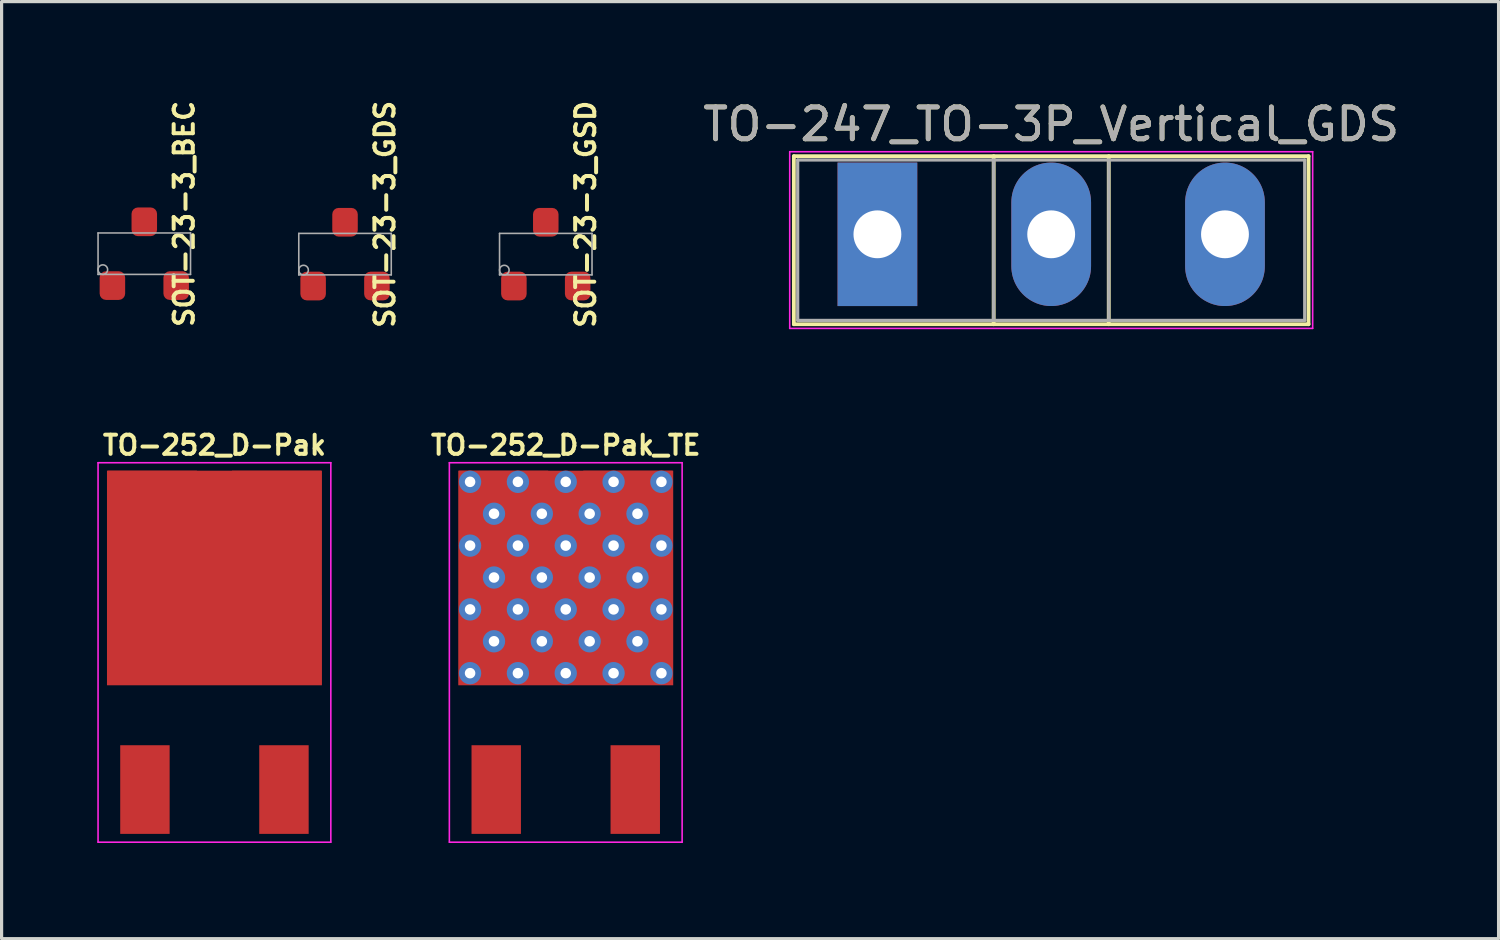
<source format=kicad_pcb>
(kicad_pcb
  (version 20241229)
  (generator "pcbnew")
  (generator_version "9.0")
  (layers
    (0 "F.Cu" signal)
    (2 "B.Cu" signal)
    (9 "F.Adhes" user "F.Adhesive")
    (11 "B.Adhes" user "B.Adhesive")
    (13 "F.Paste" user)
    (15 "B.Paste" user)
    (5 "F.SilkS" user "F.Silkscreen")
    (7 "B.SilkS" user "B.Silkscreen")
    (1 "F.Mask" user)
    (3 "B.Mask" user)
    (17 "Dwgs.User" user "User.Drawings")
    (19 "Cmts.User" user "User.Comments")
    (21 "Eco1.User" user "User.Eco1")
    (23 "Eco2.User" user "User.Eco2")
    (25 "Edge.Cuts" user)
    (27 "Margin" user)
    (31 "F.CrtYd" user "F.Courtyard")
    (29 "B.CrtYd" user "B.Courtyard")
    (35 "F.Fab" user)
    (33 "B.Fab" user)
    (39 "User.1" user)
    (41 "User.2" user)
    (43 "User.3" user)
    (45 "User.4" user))
  (footprint "SOT-23-3_GDS"
    (layer "F.Cu")
    (at 7.77 4.92)
    (property "Reference" "SOT-23-3_GDS" (at 1.25 -1.25 90) (layer "F.SilkS") (effects (font (size 0.6 0.6) (thickness 0.125))))
    (attr smd)
    (fp_line (start -1.45 -0.65) (end -1.45 0.65) (stroke (width 0.05) (type solid)) (layer "F.Fab"))
    (fp_line (start -1.45 -0.65) (end 1.45 -0.65) (stroke (width 0.05) (type solid)) (layer "F.Fab"))
    (fp_line (start 1.45 -0.65) (end 1.45 0.65) (stroke (width 0.05) (type solid)) (layer "F.Fab"))
    (fp_line (start 1.45 0.65) (end -1.45 0.65) (stroke (width 0.05) (type solid)) (layer "F.Fab"))
    (fp_circle (center -1.3 0.5) (end -1.3 0.65) (stroke (width 0.05) (type solid)) (fill no) (layer "F.Fab"))
    (pad "D" smd roundrect (at 1 1) (size 0.8 0.9) (layers "F.Cu" "F.Mask" "F.Paste") (roundrect_rratio 0.25))
    (pad "G" smd roundrect (at -1 1) (size 0.8 0.9) (layers "F.Cu" "F.Mask" "F.Paste") (roundrect_rratio 0.25))
    (pad "S" smd roundrect (at 0 -1) (size 0.8 0.9) (layers "F.Cu" "F.Mask" "F.Paste") (roundrect_rratio 0.25)))
  (footprint "TO-252_D-Pak_TE"
    (layer "F.Cu")
    (at 14.692 17.411)
    (property "Reference" "TO-252_D-Pak_TE" (at 0 -6.5 0) (layer "F.SilkS") (effects (font (size 0.6 0.6) (thickness 0.125))))
    (attr smd)
    (fp_line (start -3.65 -5.95) (end 3.65 -5.95) (stroke (width 0.05) (type solid)) (layer "F.CrtYd"))
    (fp_line (start -3.65 5.95) (end -3.65 -5.95) (stroke (width 0.05) (type solid)) (layer "F.CrtYd"))
    (fp_line (start 3.65 -5.95) (end 3.65 5.95) (stroke (width 0.05) (type solid)) (layer "F.CrtYd"))
    (fp_line (start 3.65 5.95) (end -3.65 5.95) (stroke (width 0.05) (type solid)) (layer "F.CrtYd"))
    (pad "D" thru_hole circle (at -3 -5.35) (size 0.7 0.7) (drill 0.33) (layers "*.Cu"))
    (pad "D" thru_hole circle (at -3 -3.35) (size 0.7 0.7) (drill 0.33) (layers "*.Cu"))
    (pad "D" thru_hole circle (at -3 -1.35) (size 0.7 0.7) (drill 0.33) (layers "*.Cu"))
    (pad "D" thru_hole circle (at -3 0.65) (size 0.7 0.7) (drill 0.33) (layers "*.Cu"))
    (pad "D" thru_hole circle (at -2.25 -4.35) (size 0.7 0.7) (drill 0.33) (layers "*.Cu"))
    (pad "D" thru_hole circle (at -2.25 -2.35) (size 0.7 0.7) (drill 0.33) (layers "*.Cu"))
    (pad "D" thru_hole circle (at -2.25 -0.35) (size 0.7 0.7) (drill 0.33) (layers "*.Cu"))
    (pad "D" smd rect (at -1.95 -4.3) (size 2.8 2.8) (layers "F.Cu" "F.Mask" "F.Paste"))
    (pad "D" smd rect (at -1.95 -0.4) (size 2.8 2.8) (layers "F.Cu" "F.Mask" "F.Paste"))
    (pad "D" thru_hole circle (at -1.5 -5.35) (size 0.7 0.7) (drill 0.33) (layers "*.Cu"))
    (pad "D" thru_hole circle (at -1.5 -3.35) (size 0.7 0.7) (drill 0.33) (layers "*.Cu"))
    (pad "D" thru_hole circle (at -1.5 -1.35) (size 0.7 0.7) (drill 0.33) (layers "*.Cu"))
    (pad "D" thru_hole circle (at -1.5 0.65) (size 0.7 0.7) (drill 0.33) (layers "*.Cu"))
    (pad "D" thru_hole circle (at -0.75 -4.35) (size 0.7 0.7) (drill 0.33) (layers "*.Cu"))
    (pad "D" thru_hole circle (at -0.75 -2.35) (size 0.7 0.7) (drill 0.33) (layers "*.Cu"))
    (pad "D" thru_hole circle (at -0.75 -0.35) (size 0.7 0.7) (drill 0.33) (layers "*.Cu"))
    (pad "D" thru_hole circle (at 0 -5.35) (size 0.7 0.7) (drill 0.33) (layers "*.Cu"))
    (pad "D" thru_hole circle (at 0 -3.35) (size 0.7 0.7) (drill 0.33) (layers "*.Cu"))
    (pad "D" smd rect (at 0 -2.335) (size 6.74 6.73) (layers "F.Cu" "F.Mask"))
    (pad "D" thru_hole circle (at 0 -1.35) (size 0.7 0.7) (drill 0.33) (layers "*.Cu"))
    (pad "D" thru_hole circle (at 0 0.65) (size 0.7 0.7) (drill 0.33) (layers "*.Cu"))
    (pad "D" thru_hole circle (at 0.75 -4.35) (size 0.7 0.7) (drill 0.33) (layers "*.Cu"))
    (pad "D" thru_hole circle (at 0.75 -2.35) (size 0.7 0.7) (drill 0.33) (layers "*.Cu"))
    (pad "D" thru_hole circle (at 0.75 -0.35) (size 0.7 0.7) (drill 0.33) (layers "*.Cu"))
    (pad "D" thru_hole circle (at 1.5 -5.35) (size 0.7 0.7) (drill 0.33) (layers "*.Cu"))
    (pad "D" thru_hole circle (at 1.5 -3.35) (size 0.7 0.7) (drill 0.33) (layers "*.Cu"))
    (pad "D" thru_hole circle (at 1.5 -1.35) (size 0.7 0.7) (drill 0.33) (layers "*.Cu"))
    (pad "D" thru_hole circle (at 1.5 0.65) (size 0.7 0.7) (drill 0.33) (layers "*.Cu"))
    (pad "D" smd rect (at 1.95 -4.3) (size 2.8 2.8) (layers "F.Cu" "F.Mask" "F.Paste"))
    (pad "D" smd rect (at 1.95 -0.4) (size 2.8 2.8) (layers "F.Cu" "F.Mask" "F.Paste"))
    (pad "D" thru_hole circle (at 2.25 -4.35) (size 0.7 0.7) (drill 0.33) (layers "*.Cu"))
    (pad "D" thru_hole circle (at 2.25 -2.35) (size 0.7 0.7) (drill 0.33) (layers "*.Cu"))
    (pad "D" thru_hole circle (at 2.25 -0.35) (size 0.7 0.7) (drill 0.33) (layers "*.Cu"))
    (pad "D" thru_hole circle (at 3 -5.35) (size 0.7 0.7) (drill 0.33) (layers "*.Cu"))
    (pad "D" thru_hole circle (at 3 -3.35) (size 0.7 0.7) (drill 0.33) (layers "*.Cu"))
    (pad "D" thru_hole circle (at 3 -1.35) (size 0.7 0.7) (drill 0.33) (layers "*.Cu"))
    (pad "D" thru_hole circle (at 3 0.65) (size 0.7 0.7) (drill 0.33) (layers "*.Cu"))
    (pad "G" smd rect (at -2.18 4.3) (size 1.55 2.78) (layers "F.Cu" "F.Mask" "F.Paste"))
    (pad "S" smd rect (at 2.18 4.3) (size 1.55 2.78) (layers "F.Cu" "F.Mask" "F.Paste")))
  (footprint "TO-252_D-Pak"
    (layer "F.Cu")
    (at 3.675 17.411)
    (property "Reference" "TO-252_D-Pak" (at 0 -6.5 0) (layer "F.SilkS") (effects (font (size 0.6 0.6) (thickness 0.125))))
    (attr smd)
    (fp_line (start -3.65 -5.95) (end 3.65 -5.95) (stroke (width 0.05) (type solid)) (layer "F.CrtYd"))
    (fp_line (start -3.65 5.95) (end -3.65 -5.95) (stroke (width 0.05) (type solid)) (layer "F.CrtYd"))
    (fp_line (start 3.65 -5.95) (end 3.65 5.95) (stroke (width 0.05) (type solid)) (layer "F.CrtYd"))
    (fp_line (start 3.65 5.95) (end -3.65 5.95) (stroke (width 0.05) (type solid)) (layer "F.CrtYd"))
    (pad "D" smd rect (at -1.95 -4.3) (size 2.8 2.8) (layers "F.Cu" "F.Mask" "F.Paste"))
    (pad "D" smd rect (at -1.95 -0.4) (size 2.8 2.8) (layers "F.Cu" "F.Mask" "F.Paste"))
    (pad "D" smd rect (at 0 -2.335) (size 6.74 6.73) (layers "F.Cu" "F.Mask"))
    (pad "D" smd rect (at 1.95 -4.3) (size 2.8 2.8) (layers "F.Cu" "F.Mask" "F.Paste"))
    (pad "D" smd rect (at 1.95 -0.4) (size 2.8 2.8) (layers "F.Cu" "F.Mask" "F.Paste"))
    (pad "G" smd rect (at -2.18 4.3) (size 1.55 2.78) (layers "F.Cu" "F.Mask" "F.Paste"))
    (pad "S" smd rect (at 2.18 4.3) (size 1.55 2.78) (layers "F.Cu" "F.Mask" "F.Paste")))
  (footprint "SOT-23-3_GSD"
    (layer "F.Cu")
    (at 14.066 4.92)
    (property "Reference" "SOT-23-3_GSD" (at 1.25 -1.25 90) (layer "F.SilkS") (effects (font (size 0.6 0.6) (thickness 0.125))))
    (attr smd)
    (fp_line (start -1.45 -0.65) (end -1.45 0.65) (stroke (width 0.05) (type solid)) (layer "F.Fab"))
    (fp_line (start -1.45 -0.65) (end 1.45 -0.65) (stroke (width 0.05) (type solid)) (layer "F.Fab"))
    (fp_line (start 1.45 -0.65) (end 1.45 0.65) (stroke (width 0.05) (type solid)) (layer "F.Fab"))
    (fp_line (start 1.45 0.65) (end -1.45 0.65) (stroke (width 0.05) (type solid)) (layer "F.Fab"))
    (fp_circle (center -1.3 0.5) (end -1.3 0.65) (stroke (width 0.05) (type solid)) (fill no) (layer "F.Fab"))
    (pad "D" smd roundrect (at 0 -1) (size 0.8 0.9) (layers "F.Cu" "F.Mask" "F.Paste") (roundrect_rratio 0.25))
    (pad "G" smd roundrect (at -1 1) (size 0.8 0.9) (layers "F.Cu" "F.Mask" "F.Paste") (roundrect_rratio 0.25))
    (pad "S" smd roundrect (at 1 1) (size 0.8 0.9) (layers "F.Cu" "F.Mask" "F.Paste") (roundrect_rratio 0.25)))
  (footprint "TO-247_TO-3P_Vertical_GDS"
    (layer "F.Cu")
    (at 29.916 1.847)
    (property "Reference" "TO-247_TO-3P_Vertical_GDS" (at 0 -0.999 0) (layer "F.SilkS") (effects (font (size 1 1) (thickness 0.15))))
    (attr through_hole)
    (fp_line (start -8.07 0) (end -8.07 5.271) (stroke (width 0.12) (type solid)) (layer "F.SilkS"))
    (fp_line (start -8.07 0) (end 8.07 0) (stroke (width 0.12) (type solid)) (layer "F.SilkS"))
    (fp_line (start -8.07 5.271) (end 8.07 5.271) (stroke (width 0.12) (type solid)) (layer "F.SilkS"))
    (fp_line (start -1.804 0) (end -1.804 5.271) (stroke (width 0.12) (type solid)) (layer "F.SilkS"))
    (fp_line (start 1.805 0) (end 1.805 5.271) (stroke (width 0.12) (type solid)) (layer "F.SilkS"))
    (fp_line (start 8.07 0) (end 8.07 5.271) (stroke (width 0.12) (type solid)) (layer "F.SilkS"))
    (fp_line (start -8.2 -0.139) (end -8.2 5.401) (stroke (width 0.05) (type solid)) (layer "F.CrtYd"))
    (fp_line (start -8.2 5.401) (end 8.2 5.401) (stroke (width 0.05) (type solid)) (layer "F.CrtYd"))
    (fp_line (start 8.2 -0.139) (end -8.2 -0.139) (stroke (width 0.05) (type solid)) (layer "F.CrtYd"))
    (fp_line (start 8.2 5.401) (end 8.2 -0.139) (stroke (width 0.05) (type solid)) (layer "F.CrtYd"))
    (fp_line (start -7.95 0.121) (end -7.95 5.151) (stroke (width 0.1) (type solid)) (layer "F.Fab"))
    (fp_line (start -7.95 5.151) (end 7.95 5.151) (stroke (width 0.1) (type solid)) (layer "F.Fab"))
    (fp_line (start -1.805 0.121) (end -1.805 5.151) (stroke (width 0.1) (type solid)) (layer "F.Fab"))
    (fp_line (start 1.805 0.121) (end 1.805 5.151) (stroke (width 0.1) (type solid)) (layer "F.Fab"))
    (fp_line (start 7.95 0.121) (end -7.95 0.121) (stroke (width 0.1) (type solid)) (layer "F.Fab"))
    (fp_line (start 7.95 5.151) (end 7.95 0.121) (stroke (width 0.1) (type solid)) (layer "F.Fab"))
    (fp_text user "${REFERENCE}" (at 0 -0.999 0) (layer "F.Fab") (effects (font (size 1 1) (thickness 0.15))))
    (pad "D" thru_hole oval (at 0 2.451) (size 2.5 4.5) (drill 1.5) (layers "*.Cu" "*.Mask"))
    (pad "G" thru_hole rect (at -5.45 2.451) (size 2.5 4.5) (drill 1.5) (layers "*.Cu" "*.Mask"))
    (pad "S" thru_hole oval (at 5.45 2.451) (size 2.5 4.5) (drill 1.5) (layers "*.Cu" "*.Mask")))
  (footprint "SOT-23-3_BEC"
    (layer "F.Cu")
    (at 1.475 4.906)
    (property "Reference" "SOT-23-3_BEC" (at 1.25 -1.25 90) (layer "F.SilkS") (effects (font (size 0.6 0.6) (thickness 0.125))))
    (attr smd)
    (fp_line (start -1.45 -0.65) (end -1.45 0.65) (stroke (width 0.05) (type solid)) (layer "F.Fab"))
    (fp_line (start -1.45 -0.65) (end 1.45 -0.65) (stroke (width 0.05) (type solid)) (layer "F.Fab"))
    (fp_line (start 1.45 -0.65) (end 1.45 0.65) (stroke (width 0.05) (type solid)) (layer "F.Fab"))
    (fp_line (start 1.45 0.65) (end -1.45 0.65) (stroke (width 0.05) (type solid)) (layer "F.Fab"))
    (fp_circle (center -1.3 0.5) (end -1.3 0.65) (stroke (width 0.05) (type solid)) (fill no) (layer "F.Fab"))
    (pad "B" smd roundrect (at -1 1) (size 0.8 0.9) (layers "F.Cu" "F.Mask" "F.Paste") (roundrect_rratio 0.25))
    (pad "C" smd roundrect (at 0 -1) (size 0.8 0.9) (layers "F.Cu" "F.Mask" "F.Paste") (roundrect_rratio 0.25))
    (pad "E" smd roundrect (at 1 1) (size 0.8 0.9) (layers "F.Cu" "F.Mask" "F.Paste") (roundrect_rratio 0.25)))
  (gr_rect
    (start -3 -3)
    (end 43.946 26.386)
    (stroke (width 0.1) (type default))
    (fill no)
    (layer "Edge.Cuts")))
</source>
